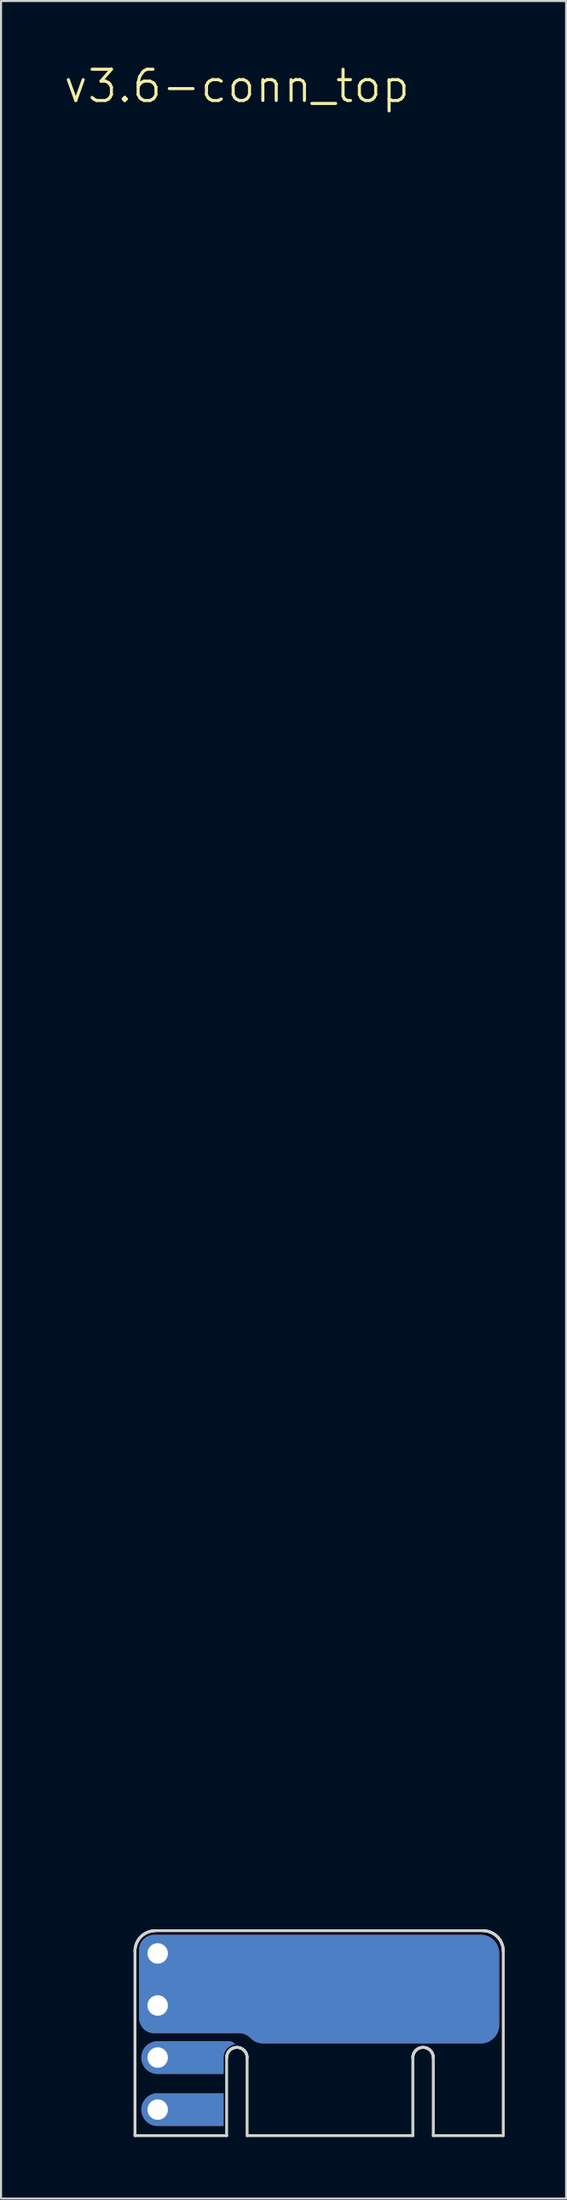
<source format=kicad_pcb>
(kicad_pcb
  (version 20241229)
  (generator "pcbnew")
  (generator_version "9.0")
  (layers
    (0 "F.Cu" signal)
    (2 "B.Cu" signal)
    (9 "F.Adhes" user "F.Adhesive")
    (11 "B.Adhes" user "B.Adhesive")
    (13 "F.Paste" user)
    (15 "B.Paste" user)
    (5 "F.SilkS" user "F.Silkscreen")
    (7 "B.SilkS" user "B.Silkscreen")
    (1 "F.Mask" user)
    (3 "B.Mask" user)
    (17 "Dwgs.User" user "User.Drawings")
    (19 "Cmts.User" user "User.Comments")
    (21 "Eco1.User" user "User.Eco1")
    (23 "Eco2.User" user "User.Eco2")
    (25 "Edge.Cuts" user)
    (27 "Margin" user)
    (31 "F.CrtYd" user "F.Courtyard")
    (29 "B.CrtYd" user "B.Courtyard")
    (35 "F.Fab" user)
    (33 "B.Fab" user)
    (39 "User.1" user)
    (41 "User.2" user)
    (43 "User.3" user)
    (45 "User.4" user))
  (footprint "v3.6-conn_top"
    (layer "F.Cu")
    (at 8.527 1.155)
    (property "Reference" "v3.6-conn_top" (at 0 0 0) (layer "F.SilkS") (effects (font (size 1.524 1.524) (thickness 0.15))))
    (attr through_hole)
    (fp_poly (pts (xy -3.87 97.93) (xy -3.915 97.931) (xy -3.96 97.935) (xy -4.004 97.941) (xy -4.047 97.95) (xy -4.09 97.961) (xy -4.131 97.974) (xy -4.171 97.989) (xy -4.211 98.006) (xy -4.249 98.025) (xy -4.286 98.047) (xy -4.322 98.07) (xy -4.356 98.095) (xy -4.389 98.121) (xy -4.421 98.15) (xy -4.45 98.179) (xy -4.479 98.211) (xy -4.505 98.244) (xy -4.53 98.278) (xy -4.553 98.314) (xy -4.575 98.351) (xy -4.594 98.389) (xy -4.611 98.429) (xy -4.626 98.469) (xy -4.639 98.51) (xy -4.65 98.553) (xy -4.659 98.596) (xy -4.665 98.64) (xy -4.669 98.685) (xy -4.67 98.73) (xy -4.669 98.775) (xy -4.665 98.82) (xy -4.659 98.864) (xy -4.65 98.907) (xy -4.639 98.95) (xy -4.626 98.991) (xy -4.611 99.031) (xy -4.594 99.071) (xy -4.575 99.109) (xy -4.553 99.146) (xy -4.53 99.182) (xy -4.505 99.216) (xy -4.479 99.249) (xy -4.45 99.28) (xy -4.421 99.31) (xy -4.389 99.339) (xy -4.356 99.365) (xy -4.322 99.39) (xy -4.286 99.413) (xy -4.249 99.435) (xy -4.211 99.454) (xy -4.171 99.471) (xy -4.131 99.486) (xy -4.09 99.499) (xy -4.047 99.51) (xy -4.004 99.519) (xy -3.96 99.525) (xy -3.915 99.529) (xy -3.87 99.53) (xy -0.651 99.53) (xy -0.651 97.93) (xy -3.87 97.93)) (stroke (width 0.000001) (type solid)) (fill yes) (layer "F.Cu"))
    (fp_poly (pts (xy -3.87 95.39) (xy -3.915 95.391) (xy -3.96 95.395) (xy -4.004 95.401) (xy -4.047 95.41) (xy -4.09 95.421) (xy -4.131 95.434) (xy -4.171 95.449) (xy -4.211 95.466) (xy -4.249 95.485) (xy -4.286 95.507) (xy -4.322 95.53) (xy -4.356 95.555) (xy -4.389 95.581) (xy -4.421 95.61) (xy -4.45 95.64) (xy -4.479 95.671) (xy -4.505 95.704) (xy -4.53 95.738) (xy -4.553 95.774) (xy -4.575 95.811) (xy -4.594 95.849) (xy -4.611 95.889) (xy -4.626 95.929) (xy -4.639 95.97) (xy -4.65 96.013) (xy -4.659 96.056) (xy -4.665 96.1) (xy -4.669 96.145) (xy -4.67 96.19) (xy -4.669 96.235) (xy -4.665 96.28) (xy -4.659 96.324) (xy -4.65 96.367) (xy -4.639 96.41) (xy -4.626 96.451) (xy -4.611 96.492) (xy -4.594 96.531) (xy -4.575 96.569) (xy -4.553 96.606) (xy -4.53 96.642) (xy -4.505 96.676) (xy -4.479 96.709) (xy -4.45 96.741) (xy -4.421 96.77) (xy -4.389 96.799) (xy -4.356 96.825) (xy -4.322 96.85) (xy -4.286 96.874) (xy -4.249 96.895) (xy -4.211 96.914) (xy -4.171 96.931) (xy -4.131 96.946) (xy -4.09 96.959) (xy -4.047 96.97) (xy -4.004 96.979) (xy -3.96 96.985) (xy -3.915 96.989) (xy -3.87 96.99) (xy -0.651 96.99) (xy -0.651 96.199) (xy -0.65 96.155) (xy -0.646 96.111) (xy -0.639 96.068) (xy -0.629 96.026) (xy -0.617 95.984) (xy -0.602 95.944) (xy -0.585 95.906) (xy -0.565 95.868) (xy -0.543 95.832) (xy -0.518 95.798) (xy -0.492 95.765) (xy -0.463 95.734) (xy -0.432 95.705) (xy -0.4 95.678) (xy -0.366 95.653) (xy -0.33 95.631) (xy -0.292 95.61) (xy -0.253 95.592) (xy -0.213 95.577) (xy -0.171 95.564) (xy -0.128 95.554) (xy -0.084 95.547) (xy -0.11 95.516) (xy -0.139 95.489) (xy -0.17 95.464) (xy -0.203 95.442) (xy -0.239 95.424) (xy -0.277 95.41) (xy -0.316 95.399) (xy -0.357 95.392) (xy -0.4 95.39) (xy -3.87 95.39)) (stroke (width 0.000001) (type solid)) (fill yes) (layer "F.Cu"))
    (fp_poly (pts (xy -4.033 90.2) (xy -4.078 90.202) (xy -4.123 90.206) (xy -4.167 90.212) (xy -4.211 90.221) (xy -4.253 90.233) (xy -4.294 90.247) (xy -4.334 90.263) (xy -4.373 90.281) (xy -4.411 90.302) (xy -4.447 90.324) (xy -4.482 90.349) (xy -4.515 90.375) (xy -4.546 90.404) (xy -4.576 90.434) (xy -4.605 90.465) (xy -4.631 90.498) (xy -4.656 90.533) (xy -4.678 90.569) (xy -4.699 90.607) (xy -4.717 90.646) (xy -4.733 90.686) (xy -4.747 90.727) (xy -4.759 90.769) (xy -4.768 90.812) (xy -4.775 90.856) (xy -4.779 90.901) (xy -4.78 90.947) (xy -4.78 94.252) (xy -4.779 94.298) (xy -4.775 94.343) (xy -4.768 94.387) (xy -4.759 94.431) (xy -4.747 94.473) (xy -4.733 94.515) (xy -4.717 94.555) (xy -4.699 94.594) (xy -4.678 94.632) (xy -4.656 94.669) (xy -4.631 94.704) (xy -4.605 94.738) (xy -4.576 94.77) (xy -4.546 94.8) (xy -4.515 94.828) (xy -4.481 94.855) (xy -4.447 94.88) (xy -4.41 94.902) (xy -4.373 94.923) (xy -4.334 94.941) (xy -4.294 94.957) (xy -4.253 94.971) (xy -4.211 94.982) (xy -4.167 94.99) (xy -4.123 94.996) (xy -4.078 94.999) (xy -4.033 95) (xy -0.142 95) (xy 0.053 95) (xy 0.117 95.001) (xy 0.175 95.005) (xy 0.23 95.012) (xy 0.28 95.02) (xy 0.326 95.031) (xy 0.368 95.044) (xy 0.407 95.059) (xy 0.444 95.075) (xy 0.477 95.093) (xy 0.509 95.112) (xy 0.538 95.132) (xy 0.567 95.154) (xy 0.593 95.175) (xy 0.619 95.198) (xy 0.645 95.221) (xy 0.67 95.244) (xy 0.695 95.267) (xy 0.721 95.29) (xy 0.748 95.312) (xy 0.776 95.334) (xy 0.805 95.356) (xy 0.836 95.377) (xy 0.869 95.396) (xy 0.905 95.415) (xy 0.943 95.432) (xy 0.985 95.448) (xy 1.03 95.462) (xy 1.079 95.474) (xy 1.132 95.484) (xy 1.19 95.492) (xy 1.252 95.497) (xy 1.32 95.5) (xy 11.92 95.5) (xy 11.967 95.499) (xy 12.012 95.496) (xy 12.058 95.49) (xy 12.102 95.482) (xy 12.146 95.472) (xy 12.188 95.46) (xy 12.23 95.446) (xy 12.271 95.43) (xy 12.311 95.412) (xy 12.35 95.392) (xy 12.387 95.37) (xy 12.424 95.347) (xy 12.459 95.322) (xy 12.493 95.295) (xy 12.526 95.267) (xy 12.557 95.237) (xy 12.587 95.206) (xy 12.615 95.173) (xy 12.642 95.139) (xy 12.667 95.104) (xy 12.69 95.067) (xy 12.712 95.03) (xy 12.731 94.991) (xy 12.749 94.951) (xy 12.765 94.91) (xy 12.78 94.868) (xy 12.792 94.825) (xy 12.802 94.782) (xy 12.81 94.737) (xy 12.815 94.692) (xy 12.819 94.646) (xy 12.82 94.6) (xy 12.82 91.1) (xy 12.819 91.053) (xy 12.815 91.008) (xy 12.81 90.962) (xy 12.802 90.918) (xy 12.792 90.874) (xy 12.78 90.832) (xy 12.765 90.79) (xy 12.749 90.749) (xy 12.731 90.709) (xy 12.712 90.67) (xy 12.69 90.633) (xy 12.667 90.596) (xy 12.642 90.561) (xy 12.615 90.527) (xy 12.587 90.494) (xy 12.557 90.463) (xy 12.526 90.433) (xy 12.493 90.405) (xy 12.459 90.378) (xy 12.424 90.353) (xy 12.387 90.33) (xy 12.35 90.308) (xy 12.311 90.289) (xy 12.271 90.271) (xy 12.23 90.255) (xy 12.188 90.241) (xy 12.146 90.228) (xy 12.102 90.218) (xy 12.058 90.211) (xy 12.012 90.205) (xy 11.967 90.201) (xy 11.92 90.2) (xy 11.873 90.2) (xy -4.033 90.2)) (stroke (width 0.000001) (type solid)) (fill yes) (layer "F.Cu"))
    (fp_poly (pts (xy -1.2 97.93) (xy -1.227 97.931) (xy -1.255 97.934) (xy -1.281 97.938) (xy -1.319 97.948) (xy -1.356 97.962) (xy -1.391 97.978) (xy -1.424 97.998) (xy -1.455 98.021) (xy -1.483 98.047) (xy -1.509 98.075) (xy -1.532 98.106) (xy -1.552 98.139) (xy -1.568 98.174) (xy -1.582 98.211) (xy -1.592 98.249) (xy -1.596 98.276) (xy -1.599 98.303) (xy -1.6 98.33) (xy -1.6 99.13) (xy -1.599 99.157) (xy -1.596 99.184) (xy -1.592 99.211) (xy -1.582 99.249) (xy -1.568 99.286) (xy -1.552 99.321) (xy -1.532 99.354) (xy -1.509 99.385) (xy -1.483 99.413) (xy -1.455 99.439) (xy -1.424 99.462) (xy -1.391 99.482) (xy -1.356 99.498) (xy -1.319 99.512) (xy -1.281 99.522) (xy -1.255 99.526) (xy -1.227 99.529) (xy -1.2 99.53) (xy -0.5 99.53) (xy -0.5 97.93) (xy -1.2 97.93)) (stroke (width 0.000001) (type solid)) (fill yes) (layer "F.Mask"))
    (fp_poly (pts (xy -1.2 95.39) (xy -1.241 95.392) (xy -1.281 95.398) (xy -1.319 95.408) (xy -1.356 95.421) (xy -1.391 95.438) (xy -1.424 95.458) (xy -1.455 95.481) (xy -1.483 95.507) (xy -1.509 95.535) (xy -1.532 95.566) (xy -1.552 95.599) (xy -1.569 95.634) (xy -1.582 95.671) (xy -1.592 95.709) (xy -1.598 95.749) (xy -1.6 95.79) (xy -1.6 96.59) (xy -1.598 96.631) (xy -1.592 96.671) (xy -1.582 96.709) (xy -1.569 96.746) (xy -1.552 96.781) (xy -1.532 96.814) (xy -1.509 96.845) (xy -1.483 96.873) (xy -1.455 96.899) (xy -1.424 96.922) (xy -1.391 96.942) (xy -1.356 96.958) (xy -1.319 96.972) (xy -1.281 96.982) (xy -1.255 96.986) (xy -1.227 96.989) (xy -1.2 96.99) (xy -0.5 96.99) (xy -0.5 96.199) (xy -0.499 96.154) (xy -0.493 96.11) (xy -0.484 96.067) (xy -0.471 96.026) (xy -0.455 95.986) (xy -0.436 95.948) (xy -0.414 95.912) (xy -0.388 95.878) (xy -0.36 95.847) (xy -0.33 95.818) (xy -0.297 95.791) (xy -0.261 95.767) (xy -0.224 95.747) (xy -0.185 95.729) (xy -0.144 95.715) (xy -0.102 95.704) (xy -0.058 95.697) (xy -0.013 95.694) (xy -0.025 95.654) (xy -0.04 95.617) (xy -0.06 95.581) (xy -0.082 95.548) (xy -0.108 95.517) (xy -0.137 95.489) (xy -0.168 95.464) (xy -0.202 95.443) (xy -0.238 95.424) (xy -0.276 95.41) (xy -0.316 95.399) (xy -0.357 95.392) (xy -0.4 95.39) (xy -1.2 95.39)) (stroke (width 0.000001) (type solid)) (fill yes) (layer "F.Mask"))
    (fp_poly (pts (xy -3.87 90.31) (xy -3.915 90.312) (xy -3.96 90.315) (xy -4.004 90.321) (xy -4.047 90.33) (xy -4.09 90.341) (xy -4.131 90.354) (xy -4.171 90.369) (xy -4.211 90.386) (xy -4.249 90.406) (xy -4.286 90.427) (xy -4.322 90.45) (xy -4.356 90.475) (xy -4.389 90.501) (xy -4.42 90.53) (xy -4.45 90.56) (xy -4.479 90.591) (xy -4.505 90.624) (xy -4.53 90.659) (xy -4.553 90.694) (xy -4.575 90.731) (xy -4.594 90.769) (xy -4.611 90.809) (xy -4.626 90.849) (xy -4.639 90.891) (xy -4.65 90.933) (xy -4.659 90.976) (xy -4.665 91.02) (xy -4.669 91.065) (xy -4.67 91.11) (xy -4.669 91.156) (xy -4.665 91.2) (xy -4.659 91.244) (xy -4.65 91.288) (xy -4.639 91.33) (xy -4.626 91.371) (xy -4.611 91.412) (xy -4.594 91.451) (xy -4.575 91.489) (xy -4.553 91.526) (xy -4.53 91.562) (xy -4.505 91.596) (xy -4.479 91.629) (xy -4.45 91.661) (xy -4.42 91.691) (xy -4.389 91.719) (xy -4.356 91.746) (xy -4.322 91.771) (xy -4.286 91.794) (xy -4.249 91.815) (xy -4.211 91.834) (xy -4.171 91.851) (xy -4.131 91.867) (xy -4.09 91.88) (xy -4.047 91.89) (xy -4.004 91.899) (xy -3.96 91.905) (xy -3.915 91.909) (xy -3.87 91.91) (xy -3.825 91.909) (xy -3.78 91.905) (xy -3.736 91.899) (xy -3.693 91.89) (xy -3.65 91.88) (xy -3.609 91.867) (xy -3.569 91.851) (xy -3.529 91.834) (xy -3.491 91.815) (xy -3.454 91.794) (xy -3.418 91.771) (xy -3.384 91.746) (xy -3.351 91.719) (xy -3.32 91.691) (xy -3.29 91.661) (xy -3.261 91.629) (xy -3.235 91.596) (xy -3.21 91.562) (xy -3.187 91.526) (xy -3.165 91.489) (xy -3.146 91.451) (xy -3.129 91.412) (xy -3.114 91.371) (xy -3.101 91.33) (xy -3.09 91.288) (xy -3.081 91.244) (xy -3.075 91.2) (xy -3.071 91.156) (xy -3.07 91.11) (xy -3.071 91.065) (xy -3.075 91.02) (xy -3.081 90.976) (xy -3.09 90.933) (xy -3.101 90.891) (xy -3.114 90.849) (xy -3.129 90.809) (xy -3.146 90.769) (xy -3.165 90.731) (xy -3.187 90.694) (xy -3.21 90.659) (xy -3.235 90.624) (xy -3.261 90.591) (xy -3.29 90.56) (xy -3.32 90.53) (xy -3.351 90.501) (xy -3.384 90.475) (xy -3.418 90.45) (xy -3.454 90.427) (xy -3.491 90.406) (xy -3.529 90.386) (xy -3.569 90.369) (xy -3.609 90.354) (xy -3.65 90.341) (xy -3.693 90.33) (xy -3.736 90.321) (xy -3.78 90.315) (xy -3.825 90.312) (xy -3.87 90.31)) (stroke (width 0.000001) (type solid)) (fill yes) (layer "F.Mask"))
    (fp_poly (pts (xy -3.87 92.85) (xy -3.915 92.851) (xy -3.96 92.855) (xy -4.004 92.861) (xy -4.047 92.87) (xy -4.09 92.881) (xy -4.131 92.894) (xy -4.171 92.909) (xy -4.211 92.926) (xy -4.249 92.945) (xy -4.286 92.967) (xy -4.322 92.99) (xy -4.356 93.015) (xy -4.389 93.041) (xy -4.42 93.07) (xy -4.45 93.1) (xy -4.479 93.131) (xy -4.505 93.164) (xy -4.53 93.198) (xy -4.553 93.234) (xy -4.575 93.271) (xy -4.594 93.309) (xy -4.611 93.349) (xy -4.626 93.389) (xy -4.639 93.43) (xy -4.65 93.473) (xy -4.659 93.516) (xy -4.665 93.56) (xy -4.669 93.605) (xy -4.67 93.65) (xy -4.669 93.695) (xy -4.665 93.74) (xy -4.659 93.784) (xy -4.65 93.827) (xy -4.639 93.87) (xy -4.626 93.911) (xy -4.611 93.952) (xy -4.594 93.991) (xy -4.575 94.029) (xy -4.553 94.066) (xy -4.53 94.102) (xy -4.505 94.136) (xy -4.479 94.169) (xy -4.45 94.201) (xy -4.42 94.231) (xy -4.389 94.259) (xy -4.356 94.286) (xy -4.322 94.31) (xy -4.286 94.334) (xy -4.249 94.355) (xy -4.211 94.374) (xy -4.171 94.391) (xy -4.131 94.406) (xy -4.09 94.42) (xy -4.047 94.43) (xy -4.004 94.439) (xy -3.96 94.445) (xy -3.915 94.449) (xy -3.87 94.45) (xy -3.825 94.449) (xy -3.78 94.445) (xy -3.736 94.439) (xy -3.693 94.43) (xy -3.65 94.42) (xy -3.609 94.406) (xy -3.569 94.391) (xy -3.529 94.374) (xy -3.491 94.355) (xy -3.454 94.334) (xy -3.418 94.31) (xy -3.384 94.286) (xy -3.351 94.259) (xy -3.32 94.231) (xy -3.29 94.201) (xy -3.261 94.169) (xy -3.235 94.136) (xy -3.21 94.102) (xy -3.187 94.066) (xy -3.165 94.029) (xy -3.146 93.991) (xy -3.129 93.952) (xy -3.114 93.911) (xy -3.101 93.87) (xy -3.09 93.827) (xy -3.081 93.784) (xy -3.075 93.74) (xy -3.071 93.695) (xy -3.07 93.65) (xy -3.071 93.605) (xy -3.075 93.56) (xy -3.081 93.516) (xy -3.09 93.473) (xy -3.101 93.43) (xy -3.114 93.389) (xy -3.129 93.349) (xy -3.146 93.309) (xy -3.165 93.271) (xy -3.187 93.234) (xy -3.21 93.198) (xy -3.235 93.164) (xy -3.261 93.131) (xy -3.29 93.1) (xy -3.32 93.07) (xy -3.351 93.041) (xy -3.384 93.015) (xy -3.418 92.99) (xy -3.454 92.967) (xy -3.491 92.945) (xy -3.529 92.926) (xy -3.569 92.909) (xy -3.609 92.894) (xy -3.65 92.881) (xy -3.693 92.87) (xy -3.736 92.861) (xy -3.78 92.855) (xy -3.825 92.851) (xy -3.87 92.85)) (stroke (width 0.000001) (type solid)) (fill yes) (layer "F.Mask"))
    (fp_poly (pts (xy -3.87 95.39) (xy -3.915 95.391) (xy -3.96 95.395) (xy -4.004 95.401) (xy -4.047 95.41) (xy -4.09 95.421) (xy -4.131 95.434) (xy -4.171 95.449) (xy -4.211 95.466) (xy -4.249 95.485) (xy -4.286 95.507) (xy -4.322 95.53) (xy -4.356 95.555) (xy -4.389 95.581) (xy -4.42 95.61) (xy -4.45 95.64) (xy -4.479 95.671) (xy -4.505 95.704) (xy -4.53 95.738) (xy -4.553 95.774) (xy -4.575 95.811) (xy -4.594 95.849) (xy -4.611 95.889) (xy -4.626 95.929) (xy -4.639 95.97) (xy -4.65 96.013) (xy -4.659 96.056) (xy -4.665 96.1) (xy -4.669 96.145) (xy -4.67 96.19) (xy -4.669 96.235) (xy -4.665 96.28) (xy -4.659 96.324) (xy -4.65 96.367) (xy -4.639 96.41) (xy -4.626 96.451) (xy -4.611 96.491) (xy -4.594 96.531) (xy -4.575 96.569) (xy -4.553 96.606) (xy -4.53 96.642) (xy -4.505 96.676) (xy -4.479 96.709) (xy -4.45 96.74) (xy -4.42 96.77) (xy -4.389 96.799) (xy -4.356 96.825) (xy -4.322 96.85) (xy -4.286 96.873) (xy -4.249 96.895) (xy -4.211 96.914) (xy -4.171 96.931) (xy -4.131 96.946) (xy -4.09 96.959) (xy -4.047 96.97) (xy -4.004 96.979) (xy -3.96 96.985) (xy -3.915 96.989) (xy -3.87 96.99) (xy -3.825 96.989) (xy -3.78 96.985) (xy -3.736 96.979) (xy -3.693 96.97) (xy -3.65 96.959) (xy -3.609 96.946) (xy -3.569 96.931) (xy -3.529 96.914) (xy -3.491 96.895) (xy -3.454 96.873) (xy -3.418 96.85) (xy -3.384 96.825) (xy -3.351 96.799) (xy -3.32 96.77) (xy -3.29 96.74) (xy -3.261 96.709) (xy -3.235 96.676) (xy -3.21 96.642) (xy -3.187 96.606) (xy -3.165 96.569) (xy -3.146 96.531) (xy -3.129 96.491) (xy -3.114 96.451) (xy -3.101 96.41) (xy -3.09 96.367) (xy -3.081 96.324) (xy -3.075 96.28) (xy -3.071 96.235) (xy -3.07 96.19) (xy -3.071 96.145) (xy -3.075 96.1) (xy -3.081 96.056) (xy -3.09 96.013) (xy -3.101 95.97) (xy -3.114 95.929) (xy -3.129 95.889) (xy -3.146 95.849) (xy -3.165 95.811) (xy -3.187 95.774) (xy -3.21 95.738) (xy -3.235 95.704) (xy -3.261 95.671) (xy -3.29 95.64) (xy -3.32 95.61) (xy -3.351 95.581) (xy -3.384 95.555) (xy -3.418 95.53) (xy -3.454 95.507) (xy -3.491 95.485) (xy -3.529 95.466) (xy -3.569 95.449) (xy -3.609 95.434) (xy -3.65 95.421) (xy -3.693 95.41) (xy -3.736 95.401) (xy -3.78 95.395) (xy -3.825 95.391) (xy -3.87 95.39)) (stroke (width 0.000001) (type solid)) (fill yes) (layer "F.Mask"))
    (fp_poly (pts (xy -3.87 97.93) (xy -3.915 97.931) (xy -3.96 97.935) (xy -4.004 97.941) (xy -4.047 97.95) (xy -4.09 97.96) (xy -4.131 97.974) (xy -4.171 97.989) (xy -4.211 98.006) (xy -4.249 98.025) (xy -4.286 98.046) (xy -4.322 98.07) (xy -4.356 98.094) (xy -4.389 98.121) (xy -4.42 98.149) (xy -4.45 98.179) (xy -4.479 98.211) (xy -4.505 98.244) (xy -4.53 98.278) (xy -4.553 98.314) (xy -4.575 98.351) (xy -4.594 98.389) (xy -4.611 98.428) (xy -4.626 98.469) (xy -4.639 98.51) (xy -4.65 98.553) (xy -4.659 98.596) (xy -4.665 98.64) (xy -4.669 98.684) (xy -4.67 98.73) (xy -4.669 98.775) (xy -4.665 98.82) (xy -4.659 98.864) (xy -4.65 98.907) (xy -4.639 98.95) (xy -4.626 98.991) (xy -4.611 99.031) (xy -4.594 99.071) (xy -4.575 99.109) (xy -4.553 99.146) (xy -4.53 99.182) (xy -4.505 99.216) (xy -4.479 99.249) (xy -4.45 99.28) (xy -4.42 99.31) (xy -4.389 99.339) (xy -4.356 99.365) (xy -4.322 99.39) (xy -4.286 99.413) (xy -4.249 99.435) (xy -4.211 99.454) (xy -4.171 99.471) (xy -4.131 99.486) (xy -4.09 99.499) (xy -4.047 99.51) (xy -4.004 99.519) (xy -3.96 99.525) (xy -3.915 99.529) (xy -3.87 99.53) (xy -3.825 99.529) (xy -3.78 99.525) (xy -3.736 99.519) (xy -3.693 99.51) (xy -3.65 99.499) (xy -3.609 99.486) (xy -3.569 99.471) (xy -3.529 99.454) (xy -3.491 99.435) (xy -3.454 99.413) (xy -3.418 99.39) (xy -3.384 99.365) (xy -3.351 99.339) (xy -3.32 99.31) (xy -3.29 99.28) (xy -3.261 99.249) (xy -3.235 99.216) (xy -3.21 99.182) (xy -3.187 99.146) (xy -3.165 99.109) (xy -3.146 99.071) (xy -3.129 99.031) (xy -3.114 98.991) (xy -3.101 98.95) (xy -3.09 98.907) (xy -3.081 98.864) (xy -3.075 98.82) (xy -3.071 98.775) (xy -3.07 98.73) (xy -3.071 98.684) (xy -3.075 98.64) (xy -3.081 98.596) (xy -3.09 98.553) (xy -3.101 98.51) (xy -3.114 98.469) (xy -3.129 98.428) (xy -3.146 98.389) (xy -3.165 98.351) (xy -3.187 98.314) (xy -3.21 98.278) (xy -3.235 98.244) (xy -3.261 98.211) (xy -3.29 98.179) (xy -3.32 98.149) (xy -3.351 98.121) (xy -3.384 98.094) (xy -3.418 98.07) (xy -3.454 98.046) (xy -3.491 98.025) (xy -3.529 98.006) (xy -3.569 97.989) (xy -3.609 97.974) (xy -3.65 97.96) (xy -3.693 97.95) (xy -3.736 97.941) (xy -3.78 97.935) (xy -3.825 97.931) (xy -3.87 97.93)) (stroke (width 0.000001) (type solid)) (fill yes) (layer "F.Mask"))
    (fp_poly (pts (xy 7.6 91.5) (xy 7.548 91.501) (xy 7.498 91.505) (xy 7.447 91.511) (xy 7.398 91.52) (xy 7.35 91.531) (xy 7.302 91.545) (xy 7.256 91.56) (xy 7.21 91.578) (xy 7.166 91.598) (xy 7.123 91.62) (xy 7.081 91.644) (xy 7.04 91.67) (xy 7.001 91.698) (xy 6.963 91.728) (xy 6.927 91.759) (xy 6.892 91.792) (xy 6.859 91.827) (xy 6.828 91.863) (xy 6.798 91.901) (xy 6.77 91.94) (xy 6.744 91.98) (xy 6.72 92.022) (xy 6.698 92.066) (xy 6.678 92.11) (xy 6.661 92.155) (xy 6.645 92.202) (xy 6.631 92.249) (xy 6.62 92.298) (xy 6.612 92.347) (xy 6.605 92.397) (xy 6.601 92.448) (xy 6.6 92.5) (xy 6.6 94.5) (xy 6.601 94.551) (xy 6.605 94.602) (xy 6.612 94.652) (xy 6.62 94.702) (xy 6.631 94.75) (xy 6.645 94.798) (xy 6.661 94.844) (xy 6.678 94.89) (xy 6.698 94.934) (xy 6.72 94.977) (xy 6.744 95.019) (xy 6.77 95.06) (xy 6.798 95.099) (xy 6.828 95.136) (xy 6.859 95.173) (xy 6.892 95.207) (xy 6.927 95.24) (xy 6.963 95.272) (xy 7.001 95.301) (xy 7.04 95.329) (xy 7.081 95.355) (xy 7.123 95.379) (xy 7.166 95.401) (xy 7.21 95.421) (xy 7.256 95.439) (xy 7.302 95.455) (xy 7.35 95.468) (xy 7.398 95.479) (xy 7.447 95.488) (xy 7.498 95.494) (xy 7.548 95.498) (xy 7.6 95.5) (xy 10.6 95.5) (xy 10.651 95.498) (xy 10.702 95.494) (xy 10.753 95.488) (xy 10.802 95.479) (xy 10.85 95.468) (xy 10.898 95.455) (xy 10.944 95.439) (xy 10.99 95.421) (xy 11.034 95.401) (xy 11.077 95.379) (xy 11.119 95.355) (xy 11.16 95.329) (xy 11.199 95.301) (xy 11.237 95.272) (xy 11.273 95.24) (xy 11.308 95.207) (xy 11.341 95.173) (xy 11.372 95.136) (xy 11.402 95.099) (xy 11.429 95.06) (xy 11.455 95.019) (xy 11.479 94.977) (xy 11.502 94.934) (xy 11.521 94.89) (xy 11.539 94.844) (xy 11.555 94.798) (xy 11.568 94.75) (xy 11.58 94.702) (xy 11.588 94.652) (xy 11.595 94.602) (xy 11.599 94.551) (xy 11.6 94.5) (xy 11.6 92.5) (xy 11.599 92.448) (xy 11.595 92.397) (xy 11.588 92.347) (xy 11.58 92.298) (xy 11.568 92.249) (xy 11.555 92.202) (xy 11.539 92.155) (xy 11.521 92.11) (xy 11.502 92.066) (xy 11.479 92.022) (xy 11.455 91.98) (xy 11.429 91.94) (xy 11.402 91.901) (xy 11.372 91.863) (xy 11.341 91.827) (xy 11.308 91.792) (xy 11.273 91.759) (xy 11.237 91.728) (xy 11.199 91.698) (xy 11.16 91.67) (xy 11.119 91.644) (xy 11.077 91.62) (xy 11.034 91.598) (xy 10.99 91.578) (xy 10.944 91.56) (xy 10.898 91.545) (xy 10.85 91.531) (xy 10.802 91.52) (xy 10.753 91.511) (xy 10.702 91.505) (xy 10.651 91.501) (xy 10.6 91.5) (xy 7.6 91.5)) (stroke (width 0.000001) (type solid)) (fill yes) (layer "F.Mask"))
    (fp_poly (pts (xy -3.87 97.93) (xy -3.915 97.931) (xy -3.96 97.935) (xy -4.004 97.941) (xy -4.047 97.95) (xy -4.09 97.961) (xy -4.131 97.974) (xy -4.171 97.989) (xy -4.211 98.006) (xy -4.249 98.025) (xy -4.286 98.047) (xy -4.322 98.07) (xy -4.356 98.095) (xy -4.389 98.121) (xy -4.421 98.15) (xy -4.45 98.179) (xy -4.479 98.211) (xy -4.505 98.244) (xy -4.53 98.278) (xy -4.553 98.314) (xy -4.575 98.351) (xy -4.594 98.389) (xy -4.611 98.429) (xy -4.626 98.469) (xy -4.639 98.51) (xy -4.65 98.553) (xy -4.659 98.596) (xy -4.665 98.64) (xy -4.669 98.685) (xy -4.67 98.73) (xy -4.669 98.775) (xy -4.665 98.82) (xy -4.659 98.864) (xy -4.65 98.907) (xy -4.639 98.95) (xy -4.626 98.991) (xy -4.611 99.031) (xy -4.594 99.071) (xy -4.575 99.109) (xy -4.553 99.146) (xy -4.53 99.182) (xy -4.505 99.216) (xy -4.479 99.249) (xy -4.45 99.28) (xy -4.421 99.31) (xy -4.389 99.339) (xy -4.356 99.365) (xy -4.322 99.39) (xy -4.286 99.413) (xy -4.249 99.435) (xy -4.211 99.454) (xy -4.171 99.471) (xy -4.131 99.486) (xy -4.09 99.499) (xy -4.047 99.51) (xy -4.004 99.519) (xy -3.96 99.525) (xy -3.915 99.529) (xy -3.87 99.53) (xy -0.651 99.53) (xy -0.651 97.93) (xy -3.87 97.93)) (stroke (width 0.000001) (type solid)) (fill yes) (layer "B.Cu"))
    (fp_poly (pts (xy -3.87 95.39) (xy -3.915 95.391) (xy -3.96 95.395) (xy -4.004 95.401) (xy -4.047 95.41) (xy -4.09 95.421) (xy -4.131 95.434) (xy -4.171 95.449) (xy -4.211 95.466) (xy -4.249 95.485) (xy -4.286 95.507) (xy -4.322 95.53) (xy -4.356 95.555) (xy -4.389 95.581) (xy -4.421 95.61) (xy -4.45 95.64) (xy -4.479 95.671) (xy -4.505 95.704) (xy -4.53 95.738) (xy -4.553 95.774) (xy -4.575 95.811) (xy -4.594 95.849) (xy -4.611 95.889) (xy -4.626 95.929) (xy -4.639 95.97) (xy -4.65 96.013) (xy -4.659 96.056) (xy -4.665 96.1) (xy -4.669 96.145) (xy -4.67 96.19) (xy -4.669 96.235) (xy -4.665 96.28) (xy -4.659 96.324) (xy -4.65 96.367) (xy -4.639 96.41) (xy -4.626 96.451) (xy -4.611 96.492) (xy -4.594 96.531) (xy -4.575 96.569) (xy -4.553 96.606) (xy -4.53 96.642) (xy -4.505 96.676) (xy -4.479 96.709) (xy -4.45 96.741) (xy -4.421 96.77) (xy -4.389 96.799) (xy -4.356 96.825) (xy -4.322 96.85) (xy -4.286 96.874) (xy -4.249 96.895) (xy -4.211 96.914) (xy -4.171 96.931) (xy -4.131 96.946) (xy -4.09 96.959) (xy -4.047 96.97) (xy -4.004 96.979) (xy -3.96 96.985) (xy -3.915 96.989) (xy -3.87 96.99) (xy -0.651 96.99) (xy -0.651 96.199) (xy -0.65 96.155) (xy -0.646 96.111) (xy -0.639 96.068) (xy -0.629 96.026) (xy -0.617 95.984) (xy -0.602 95.944) (xy -0.585 95.906) (xy -0.565 95.868) (xy -0.543 95.832) (xy -0.518 95.798) (xy -0.492 95.765) (xy -0.463 95.734) (xy -0.432 95.705) (xy -0.4 95.678) (xy -0.366 95.653) (xy -0.33 95.631) (xy -0.292 95.61) (xy -0.253 95.592) (xy -0.213 95.577) (xy -0.171 95.564) (xy -0.128 95.554) (xy -0.084 95.547) (xy -0.11 95.516) (xy -0.139 95.489) (xy -0.17 95.464) (xy -0.203 95.442) (xy -0.239 95.424) (xy -0.277 95.41) (xy -0.316 95.399) (xy -0.357 95.392) (xy -0.4 95.39) (xy -3.87 95.39)) (stroke (width 0.000001) (type solid)) (fill yes) (layer "B.Cu"))
    (fp_poly (pts (xy -4.033 90.2) (xy -4.078 90.202) (xy -4.123 90.206) (xy -4.167 90.212) (xy -4.211 90.221) (xy -4.253 90.233) (xy -4.294 90.247) (xy -4.334 90.263) (xy -4.373 90.281) (xy -4.411 90.302) (xy -4.447 90.324) (xy -4.482 90.349) (xy -4.515 90.375) (xy -4.546 90.404) (xy -4.576 90.434) (xy -4.605 90.465) (xy -4.631 90.498) (xy -4.656 90.533) (xy -4.678 90.569) (xy -4.699 90.607) (xy -4.717 90.646) (xy -4.733 90.686) (xy -4.747 90.727) (xy -4.759 90.769) (xy -4.768 90.812) (xy -4.775 90.856) (xy -4.779 90.901) (xy -4.78 90.947) (xy -4.78 94.252) (xy -4.779 94.298) (xy -4.775 94.343) (xy -4.768 94.387) (xy -4.759 94.431) (xy -4.747 94.473) (xy -4.733 94.515) (xy -4.717 94.555) (xy -4.699 94.594) (xy -4.678 94.632) (xy -4.656 94.669) (xy -4.631 94.704) (xy -4.605 94.738) (xy -4.576 94.77) (xy -4.546 94.8) (xy -4.515 94.828) (xy -4.481 94.855) (xy -4.447 94.88) (xy -4.41 94.902) (xy -4.373 94.923) (xy -4.334 94.941) (xy -4.294 94.957) (xy -4.253 94.971) (xy -4.211 94.982) (xy -4.167 94.99) (xy -4.123 94.996) (xy -4.078 94.999) (xy -4.033 95) (xy -0.142 95) (xy 0.053 95) (xy 0.117 95.001) (xy 0.175 95.005) (xy 0.23 95.012) (xy 0.28 95.02) (xy 0.326 95.031) (xy 0.368 95.044) (xy 0.407 95.059) (xy 0.444 95.075) (xy 0.477 95.093) (xy 0.509 95.112) (xy 0.538 95.132) (xy 0.567 95.154) (xy 0.593 95.175) (xy 0.619 95.198) (xy 0.645 95.221) (xy 0.67 95.244) (xy 0.695 95.267) (xy 0.721 95.29) (xy 0.748 95.312) (xy 0.776 95.334) (xy 0.805 95.356) (xy 0.836 95.377) (xy 0.869 95.396) (xy 0.905 95.415) (xy 0.943 95.432) (xy 0.985 95.448) (xy 1.03 95.462) (xy 1.079 95.474) (xy 1.132 95.484) (xy 1.19 95.492) (xy 1.252 95.497) (xy 1.32 95.5) (xy 11.92 95.5) (xy 11.967 95.499) (xy 12.012 95.496) (xy 12.058 95.49) (xy 12.102 95.482) (xy 12.146 95.472) (xy 12.188 95.46) (xy 12.23 95.446) (xy 12.271 95.43) (xy 12.311 95.412) (xy 12.35 95.392) (xy 12.387 95.37) (xy 12.424 95.347) (xy 12.459 95.322) (xy 12.493 95.295) (xy 12.526 95.267) (xy 12.557 95.237) (xy 12.587 95.206) (xy 12.615 95.173) (xy 12.642 95.139) (xy 12.667 95.104) (xy 12.69 95.067) (xy 12.712 95.03) (xy 12.731 94.991) (xy 12.749 94.951) (xy 12.765 94.91) (xy 12.78 94.868) (xy 12.792 94.825) (xy 12.802 94.782) (xy 12.81 94.737) (xy 12.815 94.692) (xy 12.819 94.646) (xy 12.82 94.6) (xy 12.82 91.1) (xy 12.819 91.053) (xy 12.815 91.008) (xy 12.81 90.962) (xy 12.802 90.918) (xy 12.792 90.874) (xy 12.78 90.832) (xy 12.765 90.79) (xy 12.749 90.749) (xy 12.731 90.709) (xy 12.712 90.67) (xy 12.69 90.633) (xy 12.667 90.596) (xy 12.642 90.561) (xy 12.615 90.527) (xy 12.587 90.494) (xy 12.557 90.463) (xy 12.526 90.433) (xy 12.493 90.405) (xy 12.459 90.378) (xy 12.424 90.353) (xy 12.387 90.33) (xy 12.35 90.308) (xy 12.311 90.289) (xy 12.271 90.271) (xy 12.23 90.255) (xy 12.188 90.241) (xy 12.146 90.228) (xy 12.102 90.218) (xy 12.058 90.211) (xy 12.012 90.205) (xy 11.967 90.201) (xy 11.92 90.2) (xy 11.873 90.2) (xy -4.033 90.2)) (stroke (width 0.000001) (type solid)) (fill yes) (layer "B.Cu"))
    (fp_poly (pts (xy -1.2 97.93) (xy -1.227 97.931) (xy -1.255 97.934) (xy -1.281 97.938) (xy -1.319 97.948) (xy -1.356 97.962) (xy -1.391 97.978) (xy -1.424 97.998) (xy -1.455 98.021) (xy -1.483 98.047) (xy -1.509 98.075) (xy -1.532 98.106) (xy -1.552 98.139) (xy -1.568 98.174) (xy -1.582 98.211) (xy -1.592 98.249) (xy -1.596 98.276) (xy -1.599 98.303) (xy -1.6 98.33) (xy -1.6 99.13) (xy -1.599 99.157) (xy -1.596 99.184) (xy -1.592 99.211) (xy -1.582 99.249) (xy -1.568 99.286) (xy -1.552 99.321) (xy -1.532 99.354) (xy -1.509 99.385) (xy -1.483 99.413) (xy -1.455 99.439) (xy -1.424 99.462) (xy -1.391 99.482) (xy -1.356 99.498) (xy -1.319 99.512) (xy -1.281 99.522) (xy -1.255 99.526) (xy -1.227 99.529) (xy -1.2 99.53) (xy -0.5 99.53) (xy -0.5 97.93) (xy -1.2 97.93)) (stroke (width 0.000001) (type solid)) (fill yes) (layer "B.Mask"))
    (fp_poly (pts (xy -1.2 95.39) (xy -1.241 95.392) (xy -1.281 95.398) (xy -1.319 95.408) (xy -1.356 95.421) (xy -1.391 95.438) (xy -1.424 95.458) (xy -1.455 95.481) (xy -1.483 95.507) (xy -1.509 95.535) (xy -1.532 95.566) (xy -1.552 95.599) (xy -1.569 95.634) (xy -1.582 95.671) (xy -1.592 95.709) (xy -1.598 95.749) (xy -1.6 95.79) (xy -1.6 96.59) (xy -1.598 96.631) (xy -1.592 96.671) (xy -1.582 96.709) (xy -1.569 96.746) (xy -1.552 96.781) (xy -1.532 96.814) (xy -1.509 96.845) (xy -1.483 96.873) (xy -1.455 96.899) (xy -1.424 96.922) (xy -1.391 96.942) (xy -1.356 96.958) (xy -1.319 96.972) (xy -1.281 96.982) (xy -1.255 96.986) (xy -1.227 96.989) (xy -1.2 96.99) (xy -0.5 96.99) (xy -0.5 96.199) (xy -0.499 96.154) (xy -0.493 96.11) (xy -0.484 96.067) (xy -0.471 96.026) (xy -0.455 95.986) (xy -0.436 95.948) (xy -0.414 95.912) (xy -0.388 95.878) (xy -0.36 95.847) (xy -0.33 95.818) (xy -0.297 95.791) (xy -0.261 95.767) (xy -0.224 95.747) (xy -0.185 95.729) (xy -0.144 95.715) (xy -0.102 95.704) (xy -0.058 95.697) (xy -0.013 95.694) (xy -0.025 95.654) (xy -0.04 95.617) (xy -0.06 95.581) (xy -0.082 95.548) (xy -0.108 95.517) (xy -0.137 95.489) (xy -0.168 95.464) (xy -0.202 95.443) (xy -0.238 95.424) (xy -0.276 95.41) (xy -0.316 95.399) (xy -0.357 95.392) (xy -0.4 95.39) (xy -1.2 95.39)) (stroke (width 0.000001) (type solid)) (fill yes) (layer "B.Mask"))
    (fp_poly (pts (xy -3.87 90.31) (xy -3.915 90.312) (xy -3.96 90.315) (xy -4.004 90.321) (xy -4.047 90.33) (xy -4.09 90.341) (xy -4.131 90.354) (xy -4.171 90.369) (xy -4.211 90.386) (xy -4.249 90.406) (xy -4.286 90.427) (xy -4.322 90.45) (xy -4.356 90.475) (xy -4.389 90.501) (xy -4.42 90.53) (xy -4.45 90.56) (xy -4.479 90.591) (xy -4.505 90.624) (xy -4.53 90.659) (xy -4.553 90.694) (xy -4.575 90.731) (xy -4.594 90.769) (xy -4.611 90.809) (xy -4.626 90.849) (xy -4.639 90.891) (xy -4.65 90.933) (xy -4.659 90.976) (xy -4.665 91.02) (xy -4.669 91.065) (xy -4.67 91.11) (xy -4.669 91.156) (xy -4.665 91.2) (xy -4.659 91.244) (xy -4.65 91.288) (xy -4.639 91.33) (xy -4.626 91.371) (xy -4.611 91.412) (xy -4.594 91.451) (xy -4.575 91.489) (xy -4.553 91.526) (xy -4.53 91.562) (xy -4.505 91.596) (xy -4.479 91.629) (xy -4.45 91.661) (xy -4.42 91.691) (xy -4.389 91.719) (xy -4.356 91.746) (xy -4.322 91.771) (xy -4.286 91.794) (xy -4.249 91.815) (xy -4.211 91.834) (xy -4.171 91.851) (xy -4.131 91.867) (xy -4.09 91.88) (xy -4.047 91.89) (xy -4.004 91.899) (xy -3.96 91.905) (xy -3.915 91.909) (xy -3.87 91.91) (xy -3.825 91.909) (xy -3.78 91.905) (xy -3.736 91.899) (xy -3.693 91.89) (xy -3.65 91.88) (xy -3.609 91.867) (xy -3.569 91.851) (xy -3.529 91.834) (xy -3.491 91.815) (xy -3.454 91.794) (xy -3.418 91.771) (xy -3.384 91.746) (xy -3.351 91.719) (xy -3.32 91.691) (xy -3.29 91.661) (xy -3.261 91.629) (xy -3.235 91.596) (xy -3.21 91.562) (xy -3.187 91.526) (xy -3.165 91.489) (xy -3.146 91.451) (xy -3.129 91.412) (xy -3.114 91.371) (xy -3.101 91.33) (xy -3.09 91.288) (xy -3.081 91.244) (xy -3.075 91.2) (xy -3.071 91.156) (xy -3.07 91.11) (xy -3.071 91.065) (xy -3.075 91.02) (xy -3.081 90.976) (xy -3.09 90.933) (xy -3.101 90.891) (xy -3.114 90.849) (xy -3.129 90.809) (xy -3.146 90.769) (xy -3.165 90.731) (xy -3.187 90.694) (xy -3.21 90.659) (xy -3.235 90.624) (xy -3.261 90.591) (xy -3.29 90.56) (xy -3.32 90.53) (xy -3.351 90.501) (xy -3.384 90.475) (xy -3.418 90.45) (xy -3.454 90.427) (xy -3.491 90.406) (xy -3.529 90.386) (xy -3.569 90.369) (xy -3.609 90.354) (xy -3.65 90.341) (xy -3.693 90.33) (xy -3.736 90.321) (xy -3.78 90.315) (xy -3.825 90.312) (xy -3.87 90.31)) (stroke (width 0.000001) (type solid)) (fill yes) (layer "B.Mask"))
    (fp_poly (pts (xy -3.87 92.85) (xy -3.915 92.851) (xy -3.96 92.855) (xy -4.004 92.861) (xy -4.047 92.87) (xy -4.09 92.881) (xy -4.131 92.894) (xy -4.171 92.909) (xy -4.211 92.926) (xy -4.249 92.945) (xy -4.286 92.967) (xy -4.322 92.99) (xy -4.356 93.015) (xy -4.389 93.041) (xy -4.42 93.07) (xy -4.45 93.1) (xy -4.479 93.131) (xy -4.505 93.164) (xy -4.53 93.198) (xy -4.553 93.234) (xy -4.575 93.271) (xy -4.594 93.309) (xy -4.611 93.349) (xy -4.626 93.389) (xy -4.639 93.43) (xy -4.65 93.473) (xy -4.659 93.516) (xy -4.665 93.56) (xy -4.669 93.605) (xy -4.67 93.65) (xy -4.669 93.695) (xy -4.665 93.74) (xy -4.659 93.784) (xy -4.65 93.827) (xy -4.639 93.87) (xy -4.626 93.911) (xy -4.611 93.952) (xy -4.594 93.991) (xy -4.575 94.029) (xy -4.553 94.066) (xy -4.53 94.102) (xy -4.505 94.136) (xy -4.479 94.169) (xy -4.45 94.201) (xy -4.42 94.231) (xy -4.389 94.259) (xy -4.356 94.286) (xy -4.322 94.31) (xy -4.286 94.334) (xy -4.249 94.355) (xy -4.211 94.374) (xy -4.171 94.391) (xy -4.131 94.406) (xy -4.09 94.42) (xy -4.047 94.43) (xy -4.004 94.439) (xy -3.96 94.445) (xy -3.915 94.449) (xy -3.87 94.45) (xy -3.825 94.449) (xy -3.78 94.445) (xy -3.736 94.439) (xy -3.693 94.43) (xy -3.65 94.42) (xy -3.609 94.406) (xy -3.569 94.391) (xy -3.529 94.374) (xy -3.491 94.355) (xy -3.454 94.334) (xy -3.418 94.31) (xy -3.384 94.286) (xy -3.351 94.259) (xy -3.32 94.231) (xy -3.29 94.201) (xy -3.261 94.169) (xy -3.235 94.136) (xy -3.21 94.102) (xy -3.187 94.066) (xy -3.165 94.029) (xy -3.146 93.991) (xy -3.129 93.952) (xy -3.114 93.911) (xy -3.101 93.87) (xy -3.09 93.827) (xy -3.081 93.784) (xy -3.075 93.74) (xy -3.071 93.695) (xy -3.07 93.65) (xy -3.071 93.605) (xy -3.075 93.56) (xy -3.081 93.516) (xy -3.09 93.473) (xy -3.101 93.43) (xy -3.114 93.389) (xy -3.129 93.349) (xy -3.146 93.309) (xy -3.165 93.271) (xy -3.187 93.234) (xy -3.21 93.198) (xy -3.235 93.164) (xy -3.261 93.131) (xy -3.29 93.1) (xy -3.32 93.07) (xy -3.351 93.041) (xy -3.384 93.015) (xy -3.418 92.99) (xy -3.454 92.967) (xy -3.491 92.945) (xy -3.529 92.926) (xy -3.569 92.909) (xy -3.609 92.894) (xy -3.65 92.881) (xy -3.693 92.87) (xy -3.736 92.861) (xy -3.78 92.855) (xy -3.825 92.851) (xy -3.87 92.85)) (stroke (width 0.000001) (type solid)) (fill yes) (layer "B.Mask"))
    (fp_poly (pts (xy -3.87 95.39) (xy -3.915 95.391) (xy -3.96 95.395) (xy -4.004 95.401) (xy -4.047 95.41) (xy -4.09 95.421) (xy -4.131 95.434) (xy -4.171 95.449) (xy -4.211 95.466) (xy -4.249 95.485) (xy -4.286 95.507) (xy -4.322 95.53) (xy -4.356 95.555) (xy -4.389 95.581) (xy -4.42 95.61) (xy -4.45 95.64) (xy -4.479 95.671) (xy -4.505 95.704) (xy -4.53 95.738) (xy -4.553 95.774) (xy -4.575 95.811) (xy -4.594 95.849) (xy -4.611 95.889) (xy -4.626 95.929) (xy -4.639 95.97) (xy -4.65 96.013) (xy -4.659 96.056) (xy -4.665 96.1) (xy -4.669 96.145) (xy -4.67 96.19) (xy -4.669 96.235) (xy -4.665 96.28) (xy -4.659 96.324) (xy -4.65 96.367) (xy -4.639 96.41) (xy -4.626 96.451) (xy -4.611 96.491) (xy -4.594 96.531) (xy -4.575 96.569) (xy -4.553 96.606) (xy -4.53 96.642) (xy -4.505 96.676) (xy -4.479 96.709) (xy -4.45 96.74) (xy -4.42 96.77) (xy -4.389 96.799) (xy -4.356 96.825) (xy -4.322 96.85) (xy -4.286 96.873) (xy -4.249 96.895) (xy -4.211 96.914) (xy -4.171 96.931) (xy -4.131 96.946) (xy -4.09 96.959) (xy -4.047 96.97) (xy -4.004 96.979) (xy -3.96 96.985) (xy -3.915 96.989) (xy -3.87 96.99) (xy -3.825 96.989) (xy -3.78 96.985) (xy -3.736 96.979) (xy -3.693 96.97) (xy -3.65 96.959) (xy -3.609 96.946) (xy -3.569 96.931) (xy -3.529 96.914) (xy -3.491 96.895) (xy -3.454 96.873) (xy -3.418 96.85) (xy -3.384 96.825) (xy -3.351 96.799) (xy -3.32 96.77) (xy -3.29 96.74) (xy -3.261 96.709) (xy -3.235 96.676) (xy -3.21 96.642) (xy -3.187 96.606) (xy -3.165 96.569) (xy -3.146 96.531) (xy -3.129 96.491) (xy -3.114 96.451) (xy -3.101 96.41) (xy -3.09 96.367) (xy -3.081 96.324) (xy -3.075 96.28) (xy -3.071 96.235) (xy -3.07 96.19) (xy -3.071 96.145) (xy -3.075 96.1) (xy -3.081 96.056) (xy -3.09 96.013) (xy -3.101 95.97) (xy -3.114 95.929) (xy -3.129 95.889) (xy -3.146 95.849) (xy -3.165 95.811) (xy -3.187 95.774) (xy -3.21 95.738) (xy -3.235 95.704) (xy -3.261 95.671) (xy -3.29 95.64) (xy -3.32 95.61) (xy -3.351 95.581) (xy -3.384 95.555) (xy -3.418 95.53) (xy -3.454 95.507) (xy -3.491 95.485) (xy -3.529 95.466) (xy -3.569 95.449) (xy -3.609 95.434) (xy -3.65 95.421) (xy -3.693 95.41) (xy -3.736 95.401) (xy -3.78 95.395) (xy -3.825 95.391) (xy -3.87 95.39)) (stroke (width 0.000001) (type solid)) (fill yes) (layer "B.Mask"))
    (fp_poly (pts (xy -3.87 97.93) (xy -3.915 97.931) (xy -3.96 97.935) (xy -4.004 97.941) (xy -4.047 97.95) (xy -4.09 97.96) (xy -4.131 97.974) (xy -4.171 97.989) (xy -4.211 98.006) (xy -4.249 98.025) (xy -4.286 98.046) (xy -4.322 98.07) (xy -4.356 98.094) (xy -4.389 98.121) (xy -4.42 98.149) (xy -4.45 98.179) (xy -4.479 98.211) (xy -4.505 98.244) (xy -4.53 98.278) (xy -4.553 98.314) (xy -4.575 98.351) (xy -4.594 98.389) (xy -4.611 98.428) (xy -4.626 98.469) (xy -4.639 98.51) (xy -4.65 98.553) (xy -4.659 98.596) (xy -4.665 98.64) (xy -4.669 98.684) (xy -4.67 98.73) (xy -4.669 98.775) (xy -4.665 98.82) (xy -4.659 98.864) (xy -4.65 98.907) (xy -4.639 98.95) (xy -4.626 98.991) (xy -4.611 99.031) (xy -4.594 99.071) (xy -4.575 99.109) (xy -4.553 99.146) (xy -4.53 99.182) (xy -4.505 99.216) (xy -4.479 99.249) (xy -4.45 99.28) (xy -4.42 99.31) (xy -4.389 99.339) (xy -4.356 99.365) (xy -4.322 99.39) (xy -4.286 99.413) (xy -4.249 99.435) (xy -4.211 99.454) (xy -4.171 99.471) (xy -4.131 99.486) (xy -4.09 99.499) (xy -4.047 99.51) (xy -4.004 99.519) (xy -3.96 99.525) (xy -3.915 99.529) (xy -3.87 99.53) (xy -3.825 99.529) (xy -3.78 99.525) (xy -3.736 99.519) (xy -3.693 99.51) (xy -3.65 99.499) (xy -3.609 99.486) (xy -3.569 99.471) (xy -3.529 99.454) (xy -3.491 99.435) (xy -3.454 99.413) (xy -3.418 99.39) (xy -3.384 99.365) (xy -3.351 99.339) (xy -3.32 99.31) (xy -3.29 99.28) (xy -3.261 99.249) (xy -3.235 99.216) (xy -3.21 99.182) (xy -3.187 99.146) (xy -3.165 99.109) (xy -3.146 99.071) (xy -3.129 99.031) (xy -3.114 98.991) (xy -3.101 98.95) (xy -3.09 98.907) (xy -3.081 98.864) (xy -3.075 98.82) (xy -3.071 98.775) (xy -3.07 98.73) (xy -3.071 98.684) (xy -3.075 98.64) (xy -3.081 98.596) (xy -3.09 98.553) (xy -3.101 98.51) (xy -3.114 98.469) (xy -3.129 98.428) (xy -3.146 98.389) (xy -3.165 98.351) (xy -3.187 98.314) (xy -3.21 98.278) (xy -3.235 98.244) (xy -3.261 98.211) (xy -3.29 98.179) (xy -3.32 98.149) (xy -3.351 98.121) (xy -3.384 98.094) (xy -3.418 98.07) (xy -3.454 98.046) (xy -3.491 98.025) (xy -3.529 98.006) (xy -3.569 97.989) (xy -3.609 97.974) (xy -3.65 97.96) (xy -3.693 97.95) (xy -3.736 97.941) (xy -3.78 97.935) (xy -3.825 97.931) (xy -3.87 97.93)) (stroke (width 0.000001) (type solid)) (fill yes) (layer "B.Mask"))
    (fp_poly (pts (xy 7.6 91.5) (xy 7.548 91.501) (xy 7.498 91.505) (xy 7.447 91.511) (xy 7.398 91.52) (xy 7.35 91.531) (xy 7.302 91.545) (xy 7.256 91.56) (xy 7.21 91.578) (xy 7.166 91.598) (xy 7.123 91.62) (xy 7.081 91.644) (xy 7.04 91.67) (xy 7.001 91.698) (xy 6.963 91.728) (xy 6.927 91.759) (xy 6.892 91.792) (xy 6.859 91.827) (xy 6.828 91.863) (xy 6.798 91.901) (xy 6.77 91.94) (xy 6.744 91.98) (xy 6.72 92.022) (xy 6.698 92.066) (xy 6.678 92.11) (xy 6.661 92.155) (xy 6.645 92.202) (xy 6.631 92.249) (xy 6.62 92.298) (xy 6.612 92.347) (xy 6.605 92.397) (xy 6.601 92.448) (xy 6.6 92.5) (xy 6.6 94.5) (xy 6.601 94.551) (xy 6.605 94.602) (xy 6.612 94.652) (xy 6.62 94.702) (xy 6.631 94.75) (xy 6.645 94.798) (xy 6.661 94.844) (xy 6.678 94.89) (xy 6.698 94.934) (xy 6.72 94.977) (xy 6.744 95.019) (xy 6.77 95.06) (xy 6.798 95.099) (xy 6.828 95.136) (xy 6.859 95.173) (xy 6.892 95.207) (xy 6.927 95.24) (xy 6.963 95.272) (xy 7.001 95.301) (xy 7.04 95.329) (xy 7.081 95.355) (xy 7.123 95.379) (xy 7.166 95.401) (xy 7.21 95.421) (xy 7.256 95.439) (xy 7.302 95.455) (xy 7.35 95.468) (xy 7.398 95.479) (xy 7.447 95.488) (xy 7.498 95.494) (xy 7.548 95.498) (xy 7.6 95.5) (xy 10.6 95.5) (xy 10.651 95.498) (xy 10.702 95.494) (xy 10.753 95.488) (xy 10.802 95.479) (xy 10.85 95.468) (xy 10.898 95.455) (xy 10.944 95.439) (xy 10.99 95.421) (xy 11.034 95.401) (xy 11.077 95.379) (xy 11.119 95.355) (xy 11.16 95.329) (xy 11.199 95.301) (xy 11.237 95.272) (xy 11.273 95.24) (xy 11.308 95.207) (xy 11.341 95.173) (xy 11.372 95.136) (xy 11.402 95.099) (xy 11.429 95.06) (xy 11.455 95.019) (xy 11.479 94.977) (xy 11.502 94.934) (xy 11.521 94.89) (xy 11.539 94.844) (xy 11.555 94.798) (xy 11.568 94.75) (xy 11.58 94.702) (xy 11.588 94.652) (xy 11.595 94.602) (xy 11.599 94.551) (xy 11.6 94.5) (xy 11.6 92.5) (xy 11.599 92.448) (xy 11.595 92.397) (xy 11.588 92.347) (xy 11.58 92.298) (xy 11.568 92.249) (xy 11.555 92.202) (xy 11.539 92.155) (xy 11.521 92.11) (xy 11.502 92.066) (xy 11.479 92.022) (xy 11.455 91.98) (xy 11.429 91.94) (xy 11.402 91.901) (xy 11.372 91.863) (xy 11.341 91.827) (xy 11.308 91.792) (xy 11.273 91.759) (xy 11.237 91.728) (xy 11.199 91.698) (xy 11.16 91.67) (xy 11.119 91.644) (xy 11.077 91.62) (xy 11.034 91.598) (xy 10.99 91.578) (xy 10.944 91.56) (xy 10.898 91.545) (xy 10.85 91.531) (xy 10.802 91.52) (xy 10.753 91.511) (xy 10.702 91.505) (xy 10.651 91.501) (xy 10.6 91.5) (xy 7.6 91.5)) (stroke (width 0.000001) (type solid)) (fill yes) (layer "B.Mask"))
    (fp_line (start -4.98 91) (end -4.98 100) (stroke (width 0.141) (type solid)) (layer "Edge.Cuts"))
    (fp_line (start -4.98 100) (end -0.5 100) (stroke (width 0.141) (type solid)) (layer "Edge.Cuts"))
    (fp_line (start -4.979 90.949) (end -4.98 91) (stroke (width 0.141) (type solid)) (layer "Edge.Cuts"))
    (fp_line (start -4.975 90.898) (end -4.979 90.949) (stroke (width 0.141) (type solid)) (layer "Edge.Cuts"))
    (fp_line (start -4.968 90.847) (end -4.975 90.898) (stroke (width 0.141) (type solid)) (layer "Edge.Cuts"))
    (fp_line (start -4.96 90.798) (end -4.968 90.847) (stroke (width 0.141) (type solid)) (layer "Edge.Cuts"))
    (fp_line (start -4.949 90.75) (end -4.96 90.798) (stroke (width 0.141) (type solid)) (layer "Edge.Cuts"))
    (fp_line (start -4.935 90.702) (end -4.949 90.75) (stroke (width 0.141) (type solid)) (layer "Edge.Cuts"))
    (fp_line (start -4.919 90.656) (end -4.935 90.702) (stroke (width 0.141) (type solid)) (layer "Edge.Cuts"))
    (fp_line (start -4.902 90.61) (end -4.919 90.656) (stroke (width 0.141) (type solid)) (layer "Edge.Cuts"))
    (fp_line (start -4.882 90.566) (end -4.902 90.61) (stroke (width 0.141) (type solid)) (layer "Edge.Cuts"))
    (fp_line (start -4.86 90.523) (end -4.882 90.566) (stroke (width 0.141) (type solid)) (layer "Edge.Cuts"))
    (fp_line (start -4.836 90.481) (end -4.86 90.523) (stroke (width 0.141) (type solid)) (layer "Edge.Cuts"))
    (fp_line (start -4.81 90.44) (end -4.836 90.481) (stroke (width 0.141) (type solid)) (layer "Edge.Cuts"))
    (fp_line (start -4.782 90.401) (end -4.81 90.44) (stroke (width 0.141) (type solid)) (layer "Edge.Cuts"))
    (fp_line (start -4.752 90.363) (end -4.782 90.401) (stroke (width 0.141) (type solid)) (layer "Edge.Cuts"))
    (fp_line (start -4.721 90.327) (end -4.752 90.363) (stroke (width 0.141) (type solid)) (layer "Edge.Cuts"))
    (fp_line (start -4.688 90.292) (end -4.721 90.327) (stroke (width 0.141) (type solid)) (layer "Edge.Cuts"))
    (fp_line (start -4.653 90.259) (end -4.688 90.292) (stroke (width 0.141) (type solid)) (layer "Edge.Cuts"))
    (fp_line (start -4.617 90.228) (end -4.653 90.259) (stroke (width 0.141) (type solid)) (layer "Edge.Cuts"))
    (fp_line (start -4.579 90.198) (end -4.617 90.228) (stroke (width 0.141) (type solid)) (layer "Edge.Cuts"))
    (fp_line (start -4.54 90.171) (end -4.579 90.198) (stroke (width 0.141) (type solid)) (layer "Edge.Cuts"))
    (fp_line (start -4.499 90.145) (end -4.54 90.171) (stroke (width 0.141) (type solid)) (layer "Edge.Cuts"))
    (fp_line (start -4.457 90.121) (end -4.499 90.145) (stroke (width 0.141) (type solid)) (layer "Edge.Cuts"))
    (fp_line (start -4.414 90.098) (end -4.457 90.121) (stroke (width 0.141) (type solid)) (layer "Edge.Cuts"))
    (fp_line (start -4.37 90.079) (end -4.414 90.098) (stroke (width 0.141) (type solid)) (layer "Edge.Cuts"))
    (fp_line (start -4.325 90.061) (end -4.37 90.079) (stroke (width 0.141) (type solid)) (layer "Edge.Cuts"))
    (fp_line (start -4.278 90.045) (end -4.325 90.061) (stroke (width 0.141) (type solid)) (layer "Edge.Cuts"))
    (fp_line (start -4.231 90.032) (end -4.278 90.045) (stroke (width 0.141) (type solid)) (layer "Edge.Cuts"))
    (fp_line (start -4.182 90.02) (end -4.231 90.032) (stroke (width 0.141) (type solid)) (layer "Edge.Cuts"))
    (fp_line (start -4.133 90.012) (end -4.182 90.02) (stroke (width 0.141) (type solid)) (layer "Edge.Cuts"))
    (fp_line (start -4.083 90.005) (end -4.133 90.012) (stroke (width 0.141) (type solid)) (layer "Edge.Cuts"))
    (fp_line (start -4.032 90.001) (end -4.083 90.005) (stroke (width 0.141) (type solid)) (layer "Edge.Cuts"))
    (fp_line (start -3.98 90) (end -4.032 90.001) (stroke (width 0.141) (type solid)) (layer "Edge.Cuts"))
    (fp_line (start -0.5 96.199) (end -0.499 96.154) (stroke (width 0.141) (type solid)) (layer "Edge.Cuts"))
    (fp_line (start -0.5 100) (end -0.5 96.199) (stroke (width 0.141) (type solid)) (layer "Edge.Cuts"))
    (fp_line (start -0.499 96.154) (end -0.493 96.11) (stroke (width 0.141) (type solid)) (layer "Edge.Cuts"))
    (fp_line (start -0.493 96.11) (end -0.484 96.066) (stroke (width 0.141) (type solid)) (layer "Edge.Cuts"))
    (fp_line (start -0.484 96.066) (end -0.471 96.025) (stroke (width 0.141) (type solid)) (layer "Edge.Cuts"))
    (fp_line (start -0.471 96.025) (end -0.455 95.985) (stroke (width 0.141) (type solid)) (layer "Edge.Cuts"))
    (fp_line (start -0.455 95.985) (end -0.435 95.947) (stroke (width 0.141) (type solid)) (layer "Edge.Cuts"))
    (fp_line (start -0.435 95.947) (end -0.413 95.91) (stroke (width 0.141) (type solid)) (layer "Edge.Cuts"))
    (fp_line (start -0.413 95.91) (end -0.387 95.876) (stroke (width 0.141) (type solid)) (layer "Edge.Cuts"))
    (fp_line (start -0.387 95.876) (end -0.359 95.845) (stroke (width 0.141) (type solid)) (layer "Edge.Cuts"))
    (fp_line (start -0.359 95.845) (end -0.328 95.815) (stroke (width 0.141) (type solid)) (layer "Edge.Cuts"))
    (fp_line (start -0.328 95.815) (end -0.294 95.789) (stroke (width 0.141) (type solid)) (layer "Edge.Cuts"))
    (fp_line (start -0.294 95.789) (end -0.259 95.765) (stroke (width 0.141) (type solid)) (layer "Edge.Cuts"))
    (fp_line (start -0.259 95.765) (end -0.221 95.745) (stroke (width 0.141) (type solid)) (layer "Edge.Cuts"))
    (fp_line (start -0.221 95.745) (end -0.181 95.727) (stroke (width 0.141) (type solid)) (layer "Edge.Cuts"))
    (fp_line (start -0.181 95.727) (end -0.14 95.713) (stroke (width 0.141) (type solid)) (layer "Edge.Cuts"))
    (fp_line (start -0.14 95.713) (end -0.097 95.703) (stroke (width 0.141) (type solid)) (layer "Edge.Cuts"))
    (fp_line (start -0.097 95.703) (end -0.053 95.696) (stroke (width 0.141) (type solid)) (layer "Edge.Cuts"))
    (fp_line (start -0.053 95.696) (end -0.008 95.693) (stroke (width 0.141) (type solid)) (layer "Edge.Cuts"))
    (fp_line (start -0.008 95.693) (end 0.039 95.695) (stroke (width 0.141) (type solid)) (layer "Edge.Cuts"))
    (fp_line (start 0.039 95.695) (end 0.084 95.7) (stroke (width 0.141) (type solid)) (layer "Edge.Cuts"))
    (fp_line (start 0.084 95.7) (end 0.128 95.71) (stroke (width 0.141) (type solid)) (layer "Edge.Cuts"))
    (fp_line (start 0.128 95.71) (end 0.17 95.723) (stroke (width 0.141) (type solid)) (layer "Edge.Cuts"))
    (fp_line (start 0.17 95.723) (end 0.211 95.74) (stroke (width 0.141) (type solid)) (layer "Edge.Cuts"))
    (fp_line (start 0.211 95.74) (end 0.25 95.76) (stroke (width 0.141) (type solid)) (layer "Edge.Cuts"))
    (fp_line (start 0.25 95.76) (end 0.287 95.783) (stroke (width 0.141) (type solid)) (layer "Edge.Cuts"))
    (fp_line (start 0.287 95.783) (end 0.321 95.81) (stroke (width 0.141) (type solid)) (layer "Edge.Cuts"))
    (fp_line (start 0.321 95.81) (end 0.353 95.839) (stroke (width 0.141) (type solid)) (layer "Edge.Cuts"))
    (fp_line (start 0.353 95.839) (end 0.382 95.871) (stroke (width 0.141) (type solid)) (layer "Edge.Cuts"))
    (fp_line (start 0.382 95.871) (end 0.409 95.905) (stroke (width 0.141) (type solid)) (layer "Edge.Cuts"))
    (fp_line (start 0.409 95.905) (end 0.433 95.942) (stroke (width 0.141) (type solid)) (layer "Edge.Cuts"))
    (fp_line (start 0.433 95.942) (end 0.453 95.981) (stroke (width 0.141) (type solid)) (layer "Edge.Cuts"))
    (fp_line (start 0.453 95.981) (end 0.47 96.021) (stroke (width 0.141) (type solid)) (layer "Edge.Cuts"))
    (fp_line (start 0.47 96.021) (end 0.483 96.064) (stroke (width 0.141) (type solid)) (layer "Edge.Cuts"))
    (fp_line (start 0.483 96.064) (end 0.493 96.108) (stroke (width 0.141) (type solid)) (layer "Edge.Cuts"))
    (fp_line (start 0.493 96.108) (end 0.499 96.153) (stroke (width 0.141) (type solid)) (layer "Edge.Cuts"))
    (fp_line (start 0.499 96.153) (end 0.5 96.199) (stroke (width 0.141) (type solid)) (layer "Edge.Cuts"))
    (fp_line (start 0.5 96.199) (end 0.5 100) (stroke (width 0.141) (type solid)) (layer "Edge.Cuts"))
    (fp_line (start 0.5 100) (end 8.6 100) (stroke (width 0.141) (type solid)) (layer "Edge.Cuts"))
    (fp_line (start 8.6 96.199) (end 8.601 96.154) (stroke (width 0.141) (type solid)) (layer "Edge.Cuts"))
    (fp_line (start 8.6 100) (end 8.6 96.199) (stroke (width 0.141) (type solid)) (layer "Edge.Cuts"))
    (fp_line (start 8.601 96.154) (end 8.607 96.11) (stroke (width 0.141) (type solid)) (layer "Edge.Cuts"))
    (fp_line (start 8.607 96.11) (end 8.616 96.066) (stroke (width 0.141) (type solid)) (layer "Edge.Cuts"))
    (fp_line (start 8.616 96.066) (end 8.629 96.025) (stroke (width 0.141) (type solid)) (layer "Edge.Cuts"))
    (fp_line (start 8.629 96.025) (end 8.645 95.985) (stroke (width 0.141) (type solid)) (layer "Edge.Cuts"))
    (fp_line (start 8.645 95.985) (end 8.665 95.947) (stroke (width 0.141) (type solid)) (layer "Edge.Cuts"))
    (fp_line (start 8.665 95.947) (end 8.688 95.91) (stroke (width 0.141) (type solid)) (layer "Edge.Cuts"))
    (fp_line (start 8.688 95.91) (end 8.713 95.876) (stroke (width 0.141) (type solid)) (layer "Edge.Cuts"))
    (fp_line (start 8.713 95.876) (end 8.742 95.845) (stroke (width 0.141) (type solid)) (layer "Edge.Cuts"))
    (fp_line (start 8.742 95.845) (end 8.773 95.815) (stroke (width 0.141) (type solid)) (layer "Edge.Cuts"))
    (fp_line (start 8.773 95.815) (end 8.806 95.789) (stroke (width 0.141) (type solid)) (layer "Edge.Cuts"))
    (fp_line (start 8.806 95.789) (end 8.842 95.765) (stroke (width 0.141) (type solid)) (layer "Edge.Cuts"))
    (fp_line (start 8.842 95.765) (end 8.879 95.745) (stroke (width 0.141) (type solid)) (layer "Edge.Cuts"))
    (fp_line (start 8.879 95.745) (end 8.919 95.727) (stroke (width 0.141) (type solid)) (layer "Edge.Cuts"))
    (fp_line (start 8.919 95.727) (end 8.96 95.713) (stroke (width 0.141) (type solid)) (layer "Edge.Cuts"))
    (fp_line (start 8.96 95.713) (end 9.003 95.703) (stroke (width 0.141) (type solid)) (layer "Edge.Cuts"))
    (fp_line (start 9.003 95.703) (end 9.047 95.696) (stroke (width 0.141) (type solid)) (layer "Edge.Cuts"))
    (fp_line (start 9.047 95.696) (end 9.092 95.693) (stroke (width 0.141) (type solid)) (layer "Edge.Cuts"))
    (fp_line (start 9.092 95.693) (end 9.139 95.695) (stroke (width 0.141) (type solid)) (layer "Edge.Cuts"))
    (fp_line (start 9.139 95.695) (end 9.184 95.7) (stroke (width 0.141) (type solid)) (layer "Edge.Cuts"))
    (fp_line (start 9.184 95.7) (end 9.228 95.71) (stroke (width 0.141) (type solid)) (layer "Edge.Cuts"))
    (fp_line (start 9.228 95.71) (end 9.27 95.723) (stroke (width 0.141) (type solid)) (layer "Edge.Cuts"))
    (fp_line (start 9.27 95.723) (end 9.311 95.74) (stroke (width 0.141) (type solid)) (layer "Edge.Cuts"))
    (fp_line (start 9.311 95.74) (end 9.35 95.76) (stroke (width 0.141) (type solid)) (layer "Edge.Cuts"))
    (fp_line (start 9.35 95.76) (end 9.387 95.784) (stroke (width 0.141) (type solid)) (layer "Edge.Cuts"))
    (fp_line (start 9.387 95.784) (end 9.421 95.81) (stroke (width 0.141) (type solid)) (layer "Edge.Cuts"))
    (fp_line (start 9.421 95.81) (end 9.453 95.839) (stroke (width 0.141) (type solid)) (layer "Edge.Cuts"))
    (fp_line (start 9.453 95.839) (end 9.482 95.871) (stroke (width 0.141) (type solid)) (layer "Edge.Cuts"))
    (fp_line (start 9.482 95.871) (end 9.509 95.906) (stroke (width 0.141) (type solid)) (layer "Edge.Cuts"))
    (fp_line (start 9.509 95.906) (end 9.532 95.942) (stroke (width 0.141) (type solid)) (layer "Edge.Cuts"))
    (fp_line (start 9.532 95.942) (end 9.553 95.981) (stroke (width 0.141) (type solid)) (layer "Edge.Cuts"))
    (fp_line (start 9.553 95.981) (end 9.57 96.021) (stroke (width 0.141) (type solid)) (layer "Edge.Cuts"))
    (fp_line (start 9.57 96.021) (end 9.583 96.064) (stroke (width 0.141) (type solid)) (layer "Edge.Cuts"))
    (fp_line (start 9.583 96.064) (end 9.593 96.108) (stroke (width 0.141) (type solid)) (layer "Edge.Cuts"))
    (fp_line (start 9.593 96.108) (end 9.598 96.153) (stroke (width 0.141) (type solid)) (layer "Edge.Cuts"))
    (fp_line (start 9.598 96.153) (end 9.6 96.199) (stroke (width 0.141) (type solid)) (layer "Edge.Cuts"))
    (fp_line (start 9.6 96.199) (end 9.6 100) (stroke (width 0.141) (type solid)) (layer "Edge.Cuts"))
    (fp_line (start 9.6 100) (end 13.02 100) (stroke (width 0.141) (type solid)) (layer "Edge.Cuts"))
    (fp_line (start 12.02 90) (end -3.98 90) (stroke (width 0.141) (type solid)) (layer "Edge.Cuts"))
    (fp_line (start 12.072 90.001) (end 12.02 90) (stroke (width 0.141) (type solid)) (layer "Edge.Cuts"))
    (fp_line (start 12.122 90.005) (end 12.072 90.001) (stroke (width 0.141) (type solid)) (layer "Edge.Cuts"))
    (fp_line (start 12.173 90.012) (end 12.122 90.005) (stroke (width 0.141) (type solid)) (layer "Edge.Cuts"))
    (fp_line (start 12.222 90.02) (end 12.173 90.012) (stroke (width 0.141) (type solid)) (layer "Edge.Cuts"))
    (fp_line (start 12.27 90.032) (end 12.222 90.02) (stroke (width 0.141) (type solid)) (layer "Edge.Cuts"))
    (fp_line (start 12.318 90.045) (end 12.27 90.032) (stroke (width 0.141) (type solid)) (layer "Edge.Cuts"))
    (fp_line (start 12.364 90.061) (end 12.318 90.045) (stroke (width 0.141) (type solid)) (layer "Edge.Cuts"))
    (fp_line (start 12.41 90.079) (end 12.364 90.061) (stroke (width 0.141) (type solid)) (layer "Edge.Cuts"))
    (fp_line (start 12.454 90.098) (end 12.41 90.079) (stroke (width 0.141) (type solid)) (layer "Edge.Cuts"))
    (fp_line (start 12.497 90.121) (end 12.454 90.098) (stroke (width 0.141) (type solid)) (layer "Edge.Cuts"))
    (fp_line (start 12.539 90.145) (end 12.497 90.121) (stroke (width 0.141) (type solid)) (layer "Edge.Cuts"))
    (fp_line (start 12.58 90.171) (end 12.539 90.145) (stroke (width 0.141) (type solid)) (layer "Edge.Cuts"))
    (fp_line (start 12.619 90.198) (end 12.58 90.171) (stroke (width 0.141) (type solid)) (layer "Edge.Cuts"))
    (fp_line (start 12.657 90.228) (end 12.619 90.198) (stroke (width 0.141) (type solid)) (layer "Edge.Cuts"))
    (fp_line (start 12.693 90.259) (end 12.657 90.228) (stroke (width 0.141) (type solid)) (layer "Edge.Cuts"))
    (fp_line (start 12.728 90.292) (end 12.693 90.259) (stroke (width 0.141) (type solid)) (layer "Edge.Cuts"))
    (fp_line (start 12.761 90.327) (end 12.728 90.292) (stroke (width 0.141) (type solid)) (layer "Edge.Cuts"))
    (fp_line (start 12.792 90.363) (end 12.761 90.327) (stroke (width 0.141) (type solid)) (layer "Edge.Cuts"))
    (fp_line (start 12.822 90.401) (end 12.792 90.363) (stroke (width 0.141) (type solid)) (layer "Edge.Cuts"))
    (fp_line (start 12.85 90.44) (end 12.822 90.401) (stroke (width 0.141) (type solid)) (layer "Edge.Cuts"))
    (fp_line (start 12.876 90.481) (end 12.85 90.44) (stroke (width 0.141) (type solid)) (layer "Edge.Cuts"))
    (fp_line (start 12.9 90.523) (end 12.876 90.481) (stroke (width 0.141) (type solid)) (layer "Edge.Cuts"))
    (fp_line (start 12.922 90.566) (end 12.9 90.523) (stroke (width 0.141) (type solid)) (layer "Edge.Cuts"))
    (fp_line (start 12.942 90.61) (end 12.922 90.566) (stroke (width 0.141) (type solid)) (layer "Edge.Cuts"))
    (fp_line (start 12.959 90.656) (end 12.942 90.61) (stroke (width 0.141) (type solid)) (layer "Edge.Cuts"))
    (fp_line (start 12.975 90.702) (end 12.959 90.656) (stroke (width 0.141) (type solid)) (layer "Edge.Cuts"))
    (fp_line (start 12.989 90.75) (end 12.975 90.702) (stroke (width 0.141) (type solid)) (layer "Edge.Cuts"))
    (fp_line (start 13 90.798) (end 12.989 90.75) (stroke (width 0.141) (type solid)) (layer "Edge.Cuts"))
    (fp_line (start 13.008 90.847) (end 13 90.798) (stroke (width 0.141) (type solid)) (layer "Edge.Cuts"))
    (fp_line (start 13.015 90.898) (end 13.008 90.847) (stroke (width 0.141) (type solid)) (layer "Edge.Cuts"))
    (fp_line (start 13.019 90.949) (end 13.015 90.898) (stroke (width 0.141) (type solid)) (layer "Edge.Cuts"))
    (fp_line (start 13.02 91) (end 13.019 90.949) (stroke (width 0.141) (type solid)) (layer "Edge.Cuts"))
    (fp_line (start 13.02 100) (end 13.02 91) (stroke (width 0.141) (type solid)) (layer "Edge.Cuts"))
    (pad "1" thru_hole circle (at -3.87 91.11) (size 1.1 1.1) (drill 1) (layers "*.Cu" "*.Mask"))
    (pad "1" thru_hole circle (at -3.87 93.65) (size 1.1 1.1) (drill 1) (layers "*.Cu" "*.Mask"))
    (pad "1" thru_hole circle (at -3.87 96.19) (size 1.1 1.1) (drill 1) (layers "*.Cu" "*.Mask"))
    (pad "1" thru_hole circle (at -3.87 98.73) (size 1.1 1.1) (drill 1) (layers "*.Cu" "*.Mask")))
  (gr_rect
    (start -3 -3)
    (end 24.618 104.226)
    (stroke (width 0.1) (type default))
    (fill no)
    (layer "Edge.Cuts")))
</source>
